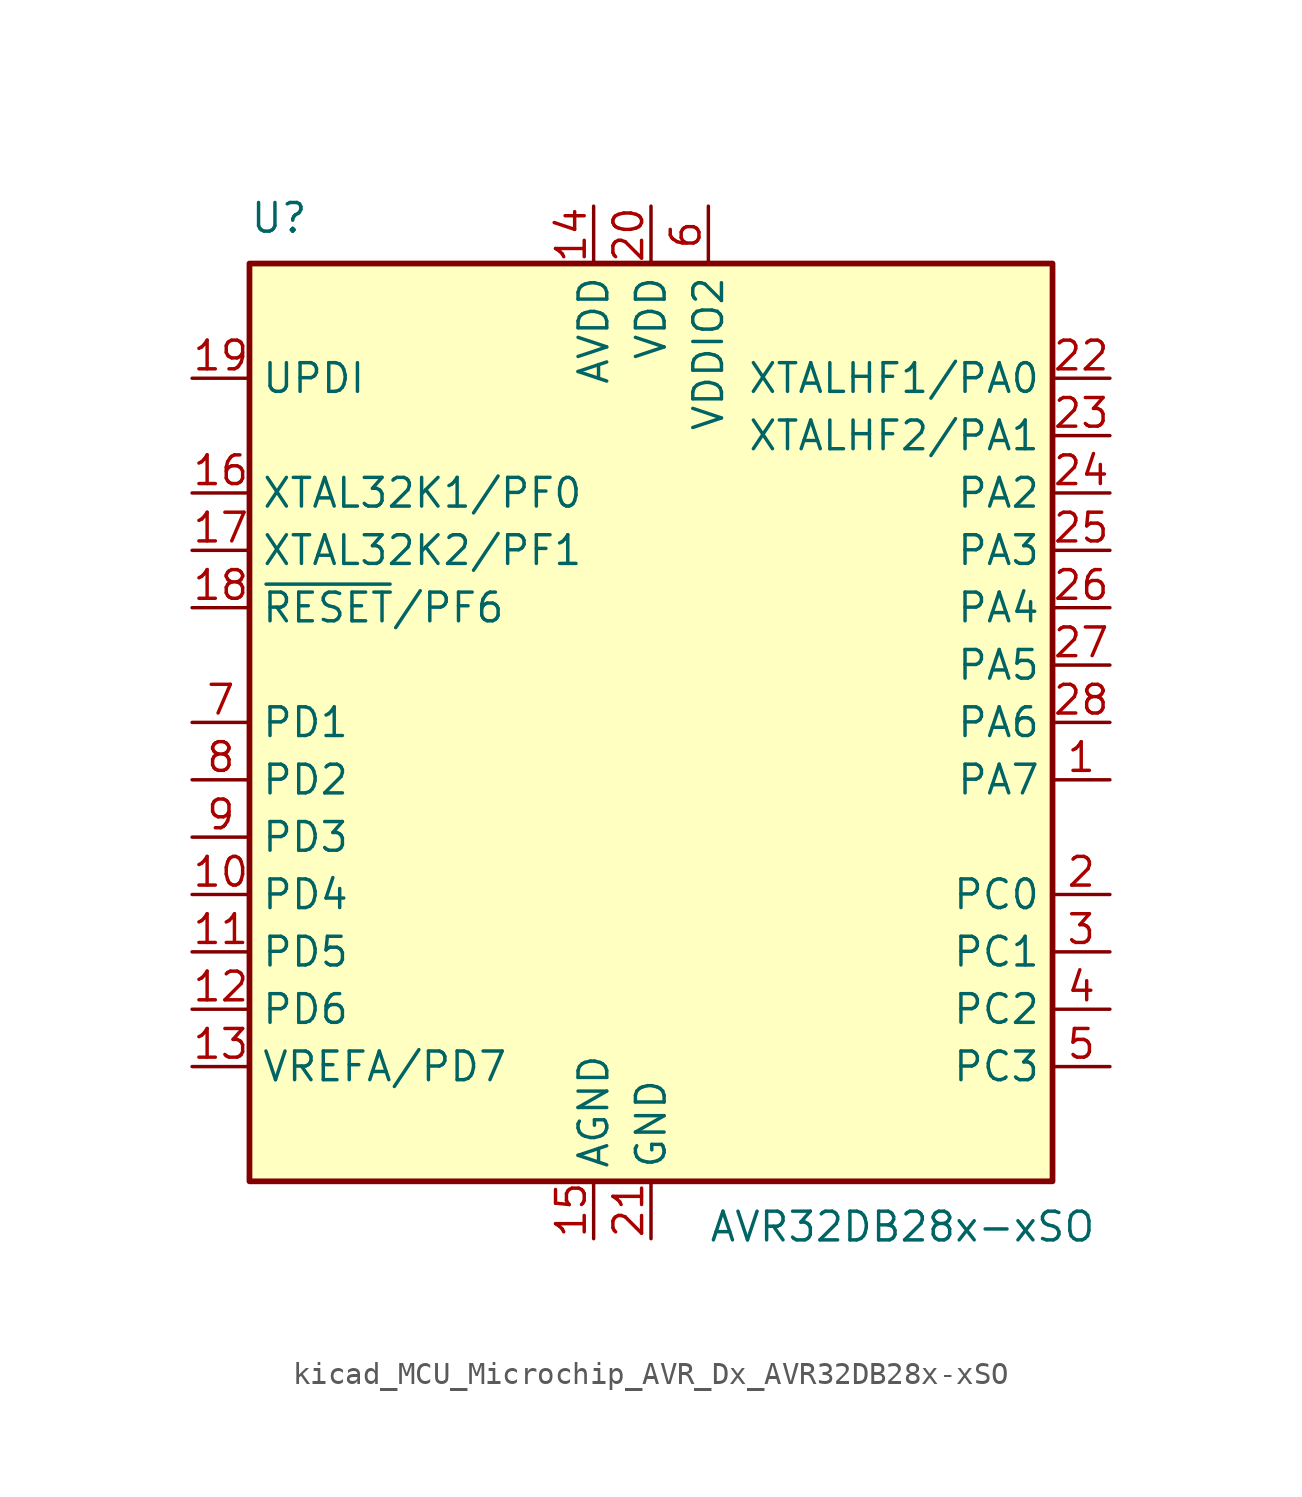
<source format=kicad_sym>
(kicad_symbol_lib
  (version 20220914)
  (generator kicad_symbol_editor)
  (symbol "kicad_MCU_Microchip_AVR_Dx_AVR32DB28x-xSO"
    (property "Reference" "U"
      (at -17.78 21.59 0)
      (effects (font (size 1.27 1.27)) (justify left bottom)))
    (property "Value" "AVR32DB28x-xSO"
      (at 2.54 -21.59 0)
      (effects (font (size 1.27 1.27)) (justify left top)))
    (symbol "kicad_MCU_Microchip_AVR_Dx_AVR32DB28x-xSO_0_1"
      (rectangle (start -17.78 20.32) (end 17.78 -20.32) (stroke (width 0.254) (type default)) (fill (type background))))
    (symbol "kicad_MCU_Microchip_AVR_Dx_AVR32DB28x-xSO_1_1"
      (pin bidirectional line (at 20.32 -2.54 180) (length 2.54) (name "PA7" (effects (font (size 1.27 1.27)))) (number "1" (effects (font (size 1.27 1.27)))))
      (pin bidirectional line (at -20.32 -7.62 0) (length 2.54) (name "PD4" (effects (font (size 1.27 1.27)))) (number "10" (effects (font (size 1.27 1.27)))))
      (pin bidirectional line (at -20.32 -10.16 0) (length 2.54) (name "PD5" (effects (font (size 1.27 1.27)))) (number "11" (effects (font (size 1.27 1.27)))))
      (pin bidirectional line (at -20.32 -12.7 0) (length 2.54) (name "PD6" (effects (font (size 1.27 1.27)))) (number "12" (effects (font (size 1.27 1.27)))))
      (pin bidirectional line (at -20.32 -15.24 0) (length 2.54) (name "VREFA/PD7" (effects (font (size 1.27 1.27)))) (number "13" (effects (font (size 1.27 1.27)))))
      (pin power_in line (at -2.54 22.86 270) (length 2.54) (name "AVDD" (effects (font (size 1.27 1.27)))) (number "14" (effects (font (size 1.27 1.27)))))
      (pin power_in line (at -2.54 -22.86 90) (length 2.54) (name "AGND" (effects (font (size 1.27 1.27)))) (number "15" (effects (font (size 1.27 1.27)))))
      (pin bidirectional line (at -20.32 10.16 0) (length 2.54) (name "XTAL32K1/PF0" (effects (font (size 1.27 1.27)))) (number "16" (effects (font (size 1.27 1.27)))))
      (pin bidirectional line (at -20.32 7.62 0) (length 2.54) (name "XTAL32K2/PF1" (effects (font (size 1.27 1.27)))) (number "17" (effects (font (size 1.27 1.27)))))
      (pin bidirectional line (at -20.32 5.08 0) (length 2.54) (name "~{RESET}/PF6" (effects (font (size 1.27 1.27)))) (number "18" (effects (font (size 1.27 1.27)))))
      (pin input line (at -20.32 15.24 0) (length 2.54) (name "UPDI" (effects (font (size 1.27 1.27)))) (number "19" (effects (font (size 1.27 1.27)))))
      (pin bidirectional line (at 20.32 -7.62 180) (length 2.54) (name "PC0" (effects (font (size 1.27 1.27)))) (number "2" (effects (font (size 1.27 1.27)))))
      (pin power_in line (at 0 22.86 270) (length 2.54) (name "VDD" (effects (font (size 1.27 1.27)))) (number "20" (effects (font (size 1.27 1.27)))))
      (pin power_in line (at 0 -22.86 90) (length 2.54) (name "GND" (effects (font (size 1.27 1.27)))) (number "21" (effects (font (size 1.27 1.27)))))
      (pin bidirectional line (at 20.32 15.24 180) (length 2.54) (name "XTALHF1/PA0" (effects (font (size 1.27 1.27)))) (number "22" (effects (font (size 1.27 1.27)))))
      (pin bidirectional line (at 20.32 12.7 180) (length 2.54) (name "XTALHF2/PA1" (effects (font (size 1.27 1.27)))) (number "23" (effects (font (size 1.27 1.27)))))
      (pin bidirectional line (at 20.32 10.16 180) (length 2.54) (name "PA2" (effects (font (size 1.27 1.27)))) (number "24" (effects (font (size 1.27 1.27)))))
      (pin bidirectional line (at 20.32 7.62 180) (length 2.54) (name "PA3" (effects (font (size 1.27 1.27)))) (number "25" (effects (font (size 1.27 1.27)))))
      (pin bidirectional line (at 20.32 5.08 180) (length 2.54) (name "PA4" (effects (font (size 1.27 1.27)))) (number "26" (effects (font (size 1.27 1.27)))))
      (pin bidirectional line (at 20.32 2.54 180) (length 2.54) (name "PA5" (effects (font (size 1.27 1.27)))) (number "27" (effects (font (size 1.27 1.27)))))
      (pin bidirectional line (at 20.32 0 180) (length 2.54) (name "PA6" (effects (font (size 1.27 1.27)))) (number "28" (effects (font (size 1.27 1.27)))))
      (pin bidirectional line (at 20.32 -10.16 180) (length 2.54) (name "PC1" (effects (font (size 1.27 1.27)))) (number "3" (effects (font (size 1.27 1.27)))))
      (pin bidirectional line (at 20.32 -12.7 180) (length 2.54) (name "PC2" (effects (font (size 1.27 1.27)))) (number "4" (effects (font (size 1.27 1.27)))))
      (pin bidirectional line (at 20.32 -15.24 180) (length 2.54) (name "PC3" (effects (font (size 1.27 1.27)))) (number "5" (effects (font (size 1.27 1.27)))))
      (pin power_in line (at 2.54 22.86 270) (length 2.54) (name "VDDIO2" (effects (font (size 1.27 1.27)))) (number "6" (effects (font (size 1.27 1.27)))))
      (pin bidirectional line (at -20.32 0 0) (length 2.54) (name "PD1" (effects (font (size 1.27 1.27)))) (number "7" (effects (font (size 1.27 1.27)))))
      (pin bidirectional line (at -20.32 -2.54 0) (length 2.54) (name "PD2" (effects (font (size 1.27 1.27)))) (number "8" (effects (font (size 1.27 1.27)))))
      (pin bidirectional line (at -20.32 -5.08 0) (length 2.54) (name "PD3" (effects (font (size 1.27 1.27)))) (number "9" (effects (font (size 1.27 1.27))))))))
</source>
